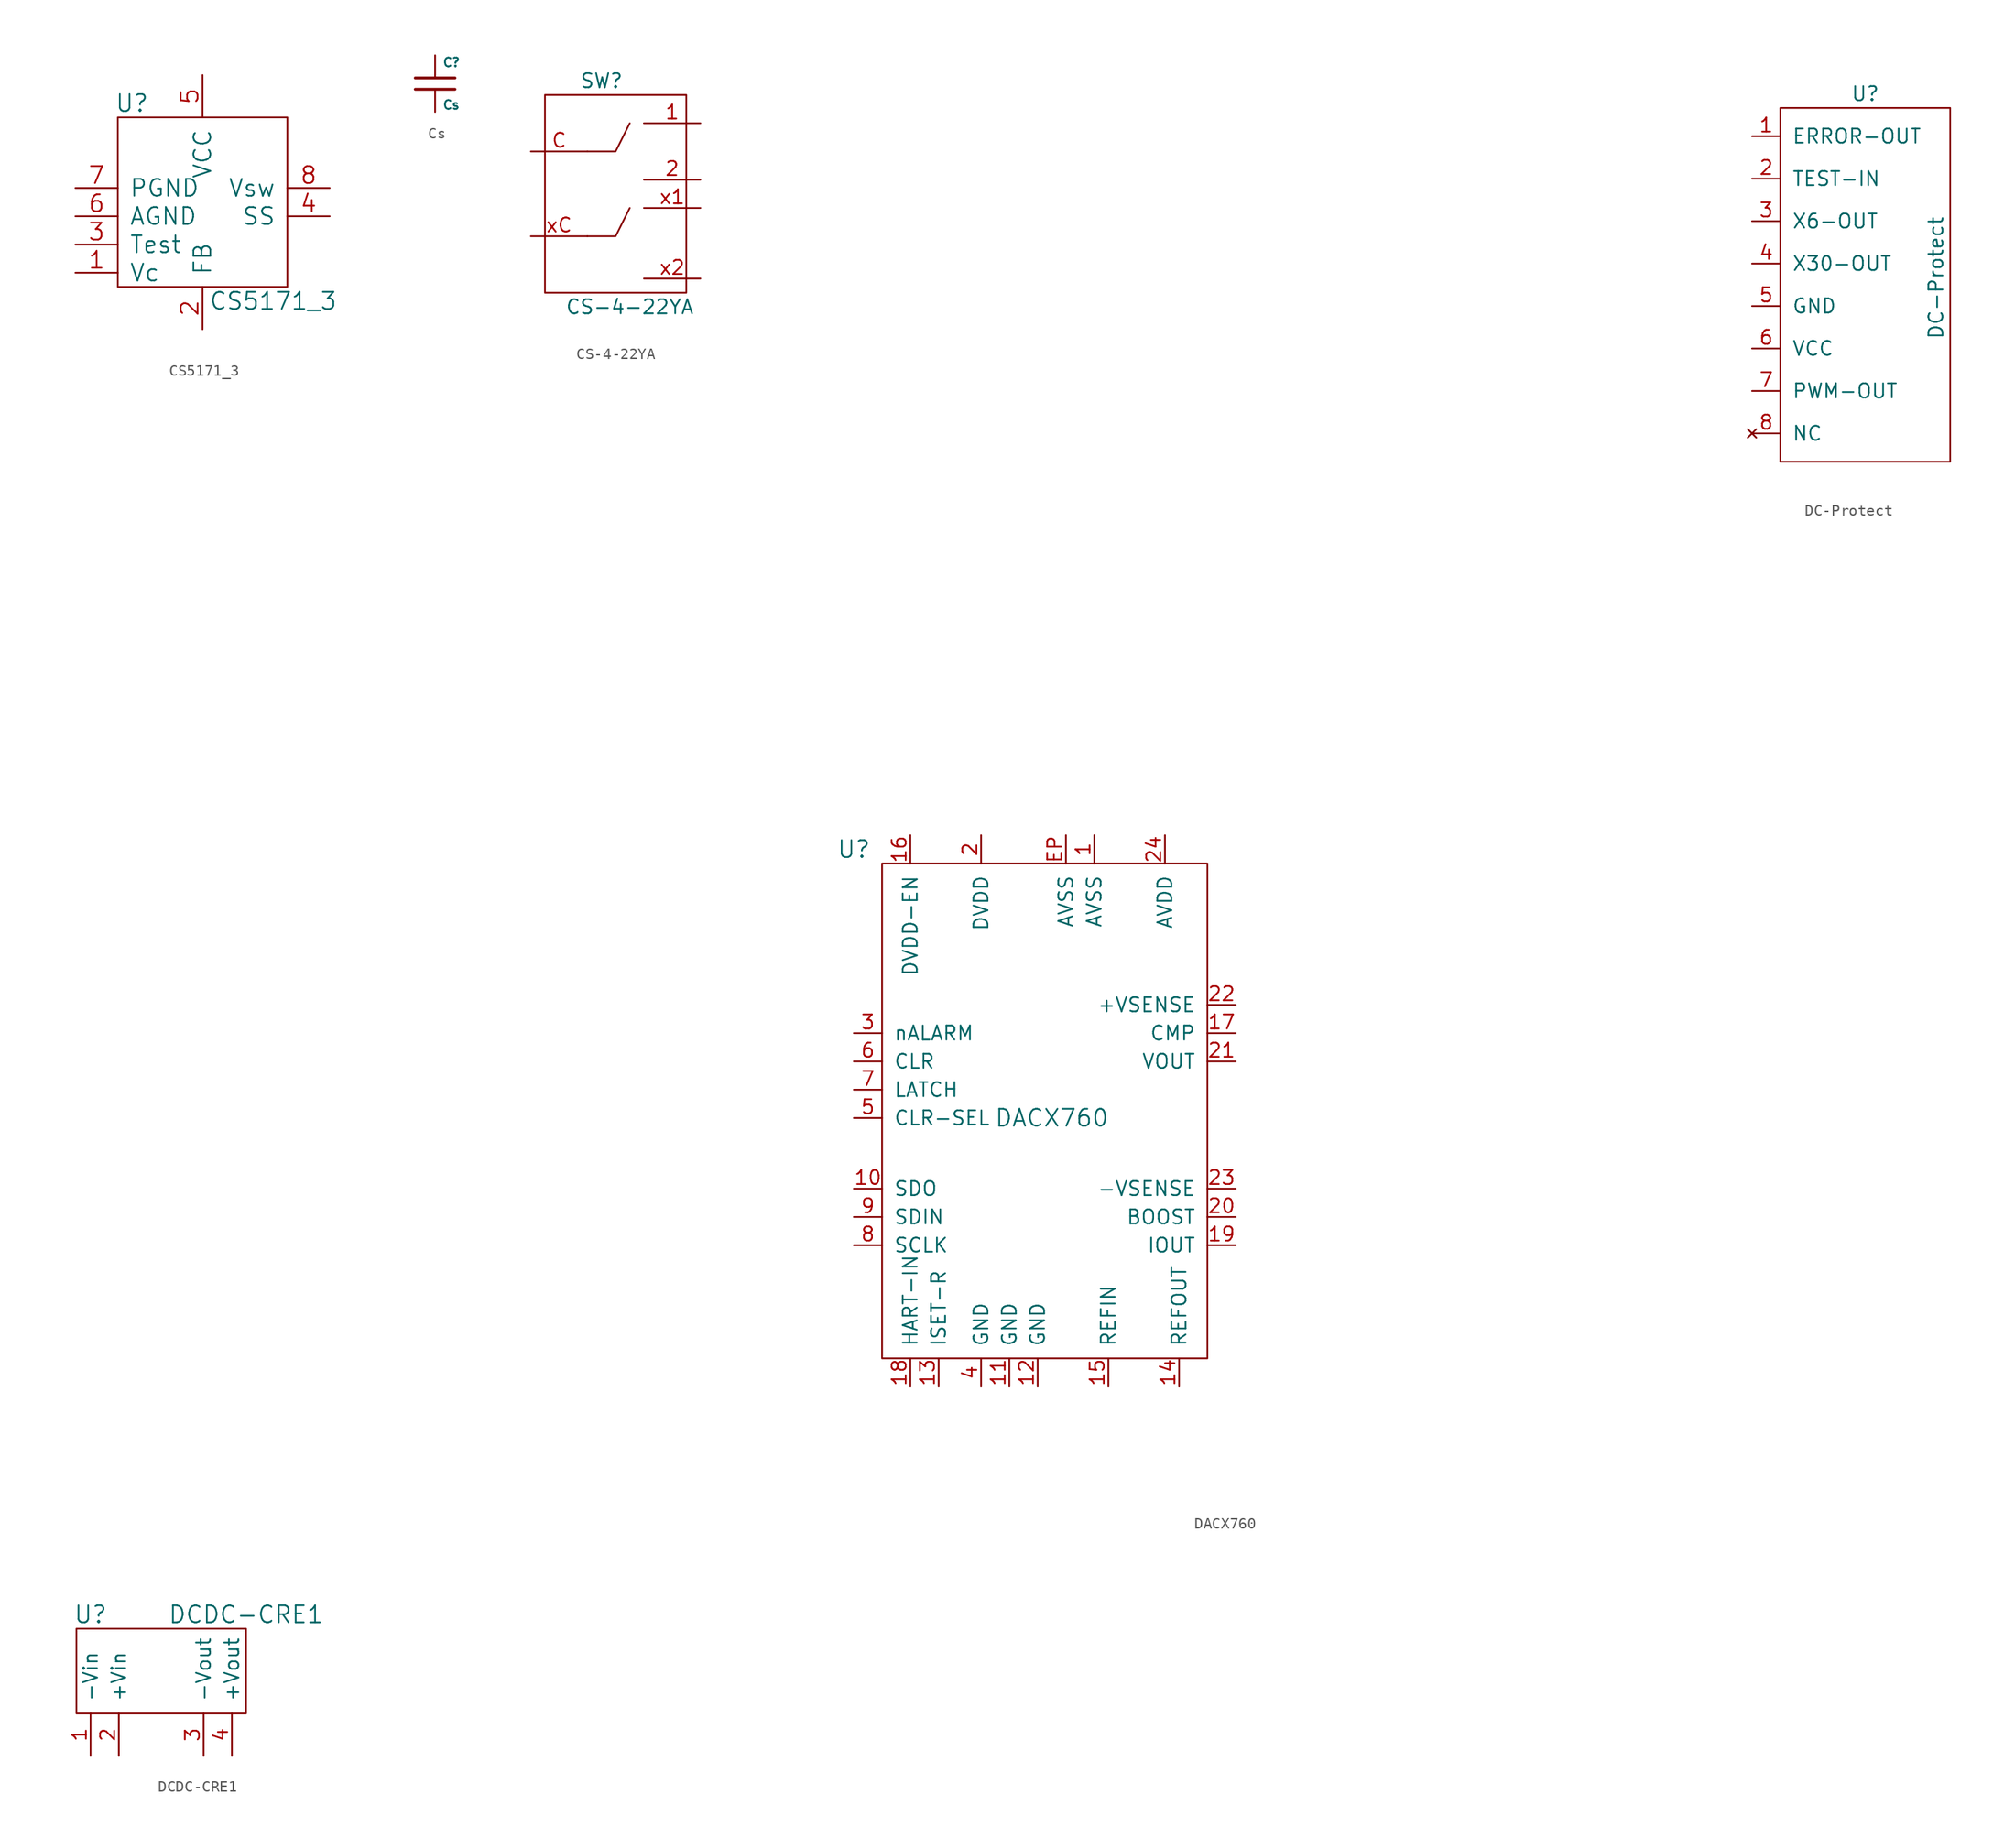
<source format=kicad_sym>
(kicad_symbol_lib
  (version 20211014)
  (generator kicad_symbol_editor)
  (symbol "CS5171_3"
    (pin_names
      (offset 1.016))
    (property "Reference" "U"
      (at -6.35 8.89 0)
      (effects (font (size 1.524 1.524))))
    (property "Value" "CS5171_3"
      (at 6.35 -8.89 0)
      (effects (font (size 1.524 1.524))))
    (property "Footprint" ""
      (at 0 1.27 0)
      (effects (font (size 1.524 1.524))))
    (property "Datasheet" ""
      (at 0 1.27 0)
      (effects (font (size 1.524 1.524))))
    (symbol "CS5171_3_0_1"
      (rectangle (start -7.62 7.62) (end 7.62 -7.62) (stroke (width 0) (type default) (color 0 0 0 0)) (fill (type none))))
    (symbol "CS5171_3_1_1"
      (pin passive line (at -11.43 -6.35 0) (length 3.81) (name "Vc" (effects (font (size 1.524 1.524)))) (number "1" (effects (font (size 1.524 1.524)))))
      (pin passive line (at 0 -11.43 90) (length 3.81) (name "FB" (effects (font (size 1.524 1.524)))) (number "2" (effects (font (size 1.524 1.524)))))
      (pin passive line (at -11.43 -3.81 0) (length 3.81) (name "Test" (effects (font (size 1.524 1.524)))) (number "3" (effects (font (size 1.524 1.524)))))
      (pin passive line (at 11.43 -1.27 180) (length 3.81) (name "SS" (effects (font (size 1.524 1.524)))) (number "4" (effects (font (size 1.524 1.524)))))
      (pin passive line (at 0 11.43 270) (length 3.81) (name "VCC" (effects (font (size 1.524 1.524)))) (number "5" (effects (font (size 1.524 1.524)))))
      (pin passive line (at -11.43 -1.27 0) (length 3.81) (name "AGND" (effects (font (size 1.524 1.524)))) (number "6" (effects (font (size 1.524 1.524)))))
      (pin passive line (at -11.43 1.27 0) (length 3.81) (name "PGND" (effects (font (size 1.524 1.524)))) (number "7" (effects (font (size 1.524 1.524)))))
      (pin passive line (at 11.43 1.27 180) (length 3.81) (name "Vsw" (effects (font (size 1.524 1.524)))) (number "8" (effects (font (size 1.524 1.524)))))))
  (symbol "Cs"
    (pin_numbers hide)
    (pin_names
      (offset 0.254))
    (property "Reference" "C"
      (at 0.635 1.905 0)
      (effects (font (size 0.787 0.787)) (justify left)))
    (property "Value" "Cs"
      (at 0.635 -1.905 0)
      (effects (font (size 0.787 0.787)) (justify left)))
    (property "Footprint" ""
      (at 0 0 0)
      (effects (font (size 1.524 1.524))))
    (property "Datasheet" ""
      (at 0 0 0)
      (effects (font (size 1.524 1.524))))
    (symbol "Cs_0_1"
      (polyline (pts (xy -1.778 -0.508) (xy 1.778 -0.508)) (stroke (width 0.254) (type default) (color 0 0 0 0)) (fill (type none)))
      (polyline (pts (xy -1.778 0.508) (xy 1.778 0.508)) (stroke (width 0.254) (type default) (color 0 0 0 0)) (fill (type none))))
    (symbol "Cs_1_1"
      (pin passive line (at 0 2.54 270) (length 2.007) (name "~" (effects (font (size 1.016 1.016)))) (number "1" (effects (font (size 1.016 1.016)))))
      (pin passive line (at 0 -2.54 90) (length 2.007) (name "~" (effects (font (size 1.016 1.016)))) (number "2" (effects (font (size 1.016 1.016)))))))
  (symbol "CS-4-22YA"
    (pin_names
      (offset 1.016))
    (property "Reference" "SW"
      (at -1.27 10.16 0)
      (effects (font (size 1.27 1.27))))
    (property "Value" "CS-4-22YA"
      (at 1.27 -10.16 0)
      (effects (font (size 1.27 1.27))))
    (symbol "CS-4-22YA_0_1"
      (rectangle (start -6.35 8.89) (end 6.35 -8.89) (stroke (width 0) (type default) (color 0 0 0 0)) (fill (type none)))
      (polyline (pts (xy -2.54 -3.81) (xy 0 -3.81) (xy 1.27 -1.27)) (stroke (width 0) (type default) (color 0 0 0 0)) (fill (type none)))
      (polyline (pts (xy -2.54 3.81) (xy 0 3.81) (xy 1.27 6.35)) (stroke (width 0) (type default) (color 0 0 0 0)) (fill (type none))))
    (symbol "CS-4-22YA_1_1"
      (pin input line (at 7.62 6.35 180) (length 5.08) (name "~" (effects (font (size 1.27 1.27)))) (number "1" (effects (font (size 1.27 1.27)))))
      (pin input line (at 7.62 1.27 180) (length 5.08) (name "~" (effects (font (size 1.27 1.27)))) (number "2" (effects (font (size 1.27 1.27)))))
      (pin input line (at -7.62 3.81 0) (length 5.08) (name "~" (effects (font (size 1.27 1.27)))) (number "C" (effects (font (size 1.27 1.27)))))
      (pin input line (at 7.62 -1.27 180) (length 5.08) (name "~" (effects (font (size 1.27 1.27)))) (number "x1" (effects (font (size 1.27 1.27)))))
      (pin input line (at 7.62 -7.62 180) (length 5.08) (name "~" (effects (font (size 1.27 1.27)))) (number "x2" (effects (font (size 1.27 1.27)))))
      (pin input line (at -7.62 -3.81 0) (length 5.08) (name "~" (effects (font (size 1.27 1.27)))) (number "xC" (effects (font (size 1.27 1.27)))))))
  (symbol "DACX760"
    (pin_names
      (offset 1.016))
    (property "Reference" "U"
      (at -17.78 24.13 0)
      (effects (font (size 1.524 1.524))))
    (property "Value" "DACX760"
      (at 0 0 0)
      (effects (font (size 1.524 1.524))))
    (property "Footprint" ""
      (at 49.53 85.09 0)
      (effects (font (size 1.524 1.524))))
    (property "Datasheet" ""
      (at 49.53 85.09 0)
      (effects (font (size 1.524 1.524))))
    (symbol "DACX760_0_1"
      (rectangle (start -15.24 22.86) (end 13.97 -21.59) (stroke (width 0) (type default) (color 0 0 0 0)) (fill (type none))))
    (symbol "DACX760_1_1"
      (pin input line (at 3.81 25.4 270) (length 2.54) (name "AVSS" (effects (font (size 1.27 1.27)))) (number "1" (effects (font (size 1.27 1.27)))))
      (pin input line (at -17.78 -6.35 0) (length 2.54) (name "SDO" (effects (font (size 1.27 1.27)))) (number "10" (effects (font (size 1.27 1.27)))))
      (pin input line (at -3.81 -24.13 90) (length 2.54) (name "GND" (effects (font (size 1.27 1.27)))) (number "11" (effects (font (size 1.27 1.27)))))
      (pin input line (at -1.27 -24.13 90) (length 2.54) (name "GND" (effects (font (size 1.27 1.27)))) (number "12" (effects (font (size 1.27 1.27)))))
      (pin input line (at -10.16 -24.13 90) (length 2.54) (name "ISET-R" (effects (font (size 1.27 1.27)))) (number "13" (effects (font (size 1.27 1.27)))))
      (pin input line (at 11.43 -24.13 90) (length 2.54) (name "REFOUT" (effects (font (size 1.27 1.27)))) (number "14" (effects (font (size 1.27 1.27)))))
      (pin input line (at 5.08 -24.13 90) (length 2.54) (name "REFIN" (effects (font (size 1.27 1.27)))) (number "15" (effects (font (size 1.27 1.27)))))
      (pin input line (at -12.7 25.4 270) (length 2.54) (name "DVDD-EN" (effects (font (size 1.27 1.27)))) (number "16" (effects (font (size 1.27 1.27)))))
      (pin input line (at 16.51 7.62 180) (length 2.54) (name "CMP" (effects (font (size 1.27 1.27)))) (number "17" (effects (font (size 1.27 1.27)))))
      (pin input line (at -12.7 -24.13 90) (length 2.54) (name "HART-IN" (effects (font (size 1.27 1.27)))) (number "18" (effects (font (size 1.27 1.27)))))
      (pin input line (at 16.51 -11.43 180) (length 2.54) (name "IOUT" (effects (font (size 1.27 1.27)))) (number "19" (effects (font (size 1.27 1.27)))))
      (pin input line (at -6.35 25.4 270) (length 2.54) (name "DVDD" (effects (font (size 1.27 1.27)))) (number "2" (effects (font (size 1.27 1.27)))))
      (pin input line (at 16.51 -8.89 180) (length 2.54) (name "BOOST" (effects (font (size 1.27 1.27)))) (number "20" (effects (font (size 1.27 1.27)))))
      (pin input line (at 16.51 5.08 180) (length 2.54) (name "VOUT" (effects (font (size 1.27 1.27)))) (number "21" (effects (font (size 1.27 1.27)))))
      (pin input line (at 16.51 10.16 180) (length 2.54) (name "+VSENSE" (effects (font (size 1.27 1.27)))) (number "22" (effects (font (size 1.27 1.27)))))
      (pin input line (at 16.51 -6.35 180) (length 2.54) (name "-VSENSE" (effects (font (size 1.27 1.27)))) (number "23" (effects (font (size 1.27 1.27)))))
      (pin input line (at 10.16 25.4 270) (length 2.54) (name "AVDD" (effects (font (size 1.27 1.27)))) (number "24" (effects (font (size 1.27 1.27)))))
      (pin input line (at -17.78 7.62 0) (length 2.54) (name "nALARM" (effects (font (size 1.27 1.27)))) (number "3" (effects (font (size 1.27 1.27)))))
      (pin input line (at -6.35 -24.13 90) (length 2.54) (name "GND" (effects (font (size 1.27 1.27)))) (number "4" (effects (font (size 1.27 1.27)))))
      (pin input line (at -17.78 0 0) (length 2.54) (name "CLR-SEL" (effects (font (size 1.27 1.27)))) (number "5" (effects (font (size 1.27 1.27)))))
      (pin input line (at -17.78 5.08 0) (length 2.54) (name "CLR" (effects (font (size 1.27 1.27)))) (number "6" (effects (font (size 1.27 1.27)))))
      (pin input line (at -17.78 2.54 0) (length 2.54) (name "LATCH" (effects (font (size 1.27 1.27)))) (number "7" (effects (font (size 1.27 1.27)))))
      (pin input line (at -17.78 -11.43 0) (length 2.54) (name "SCLK" (effects (font (size 1.27 1.27)))) (number "8" (effects (font (size 1.27 1.27)))))
      (pin input line (at -17.78 -8.89 0) (length 2.54) (name "SDIN" (effects (font (size 1.27 1.27)))) (number "9" (effects (font (size 1.27 1.27)))))
      (pin passive line (at 1.27 25.4 270) (length 2.54) (name "AVSS" (effects (font (size 1.27 1.27)))) (number "EP" (effects (font (size 1.27 1.27)))))))
  (symbol "DC-Protect"
    (pin_names
      (offset 1.016))
    (property "Reference" "U"
      (at 0 16.51 0)
      (effects (font (size 1.27 1.27))))
    (property "Value" "DC-Protect"
      (at 6.35 0 90)
      (effects (font (size 1.27 1.27))))
    (symbol "DC-Protect_0_1"
      (rectangle (start -7.62 15.24) (end 7.62 -16.51) (stroke (width 0) (type default) (color 0 0 0 0)) (fill (type none))))
    (symbol "DC-Protect_1_1"
      (pin input line (at -10.16 12.7 0) (length 2.54) (name "ERROR-OUT" (effects (font (size 1.27 1.27)))) (number "1" (effects (font (size 1.27 1.27)))))
      (pin input line (at -10.16 8.89 0) (length 2.54) (name "TEST-IN" (effects (font (size 1.27 1.27)))) (number "2" (effects (font (size 1.27 1.27)))))
      (pin input line (at -10.16 5.08 0) (length 2.54) (name "X6-OUT" (effects (font (size 1.27 1.27)))) (number "3" (effects (font (size 1.27 1.27)))))
      (pin input line (at -10.16 1.27 0) (length 2.54) (name "X30-OUT" (effects (font (size 1.27 1.27)))) (number "4" (effects (font (size 1.27 1.27)))))
      (pin input line (at -10.16 -2.54 0) (length 2.54) (name "GND" (effects (font (size 1.27 1.27)))) (number "5" (effects (font (size 1.27 1.27)))))
      (pin input line (at -10.16 -6.35 0) (length 2.54) (name "VCC" (effects (font (size 1.27 1.27)))) (number "6" (effects (font (size 1.27 1.27)))))
      (pin input line (at -10.16 -10.16 0) (length 2.54) (name "PWM-OUT" (effects (font (size 1.27 1.27)))) (number "7" (effects (font (size 1.27 1.27)))))
      (pin no_connect line (at -10.16 -13.97 0) (length 2.54) (name "NC" (effects (font (size 1.27 1.27)))) (number "8" (effects (font (size 1.27 1.27)))))))
  (symbol "DCDC-CRE1"
    (pin_names
      (offset 1.016))
    (property "Reference" "U"
      (at -6.35 5.08 0)
      (effects (font (size 1.524 1.524))))
    (property "Value" "DCDC-CRE1"
      (at 7.62 5.08 0)
      (effects (font (size 1.524 1.524))))
    (property "Footprint" ""
      (at 0 0 0)
      (effects (font (size 1.524 1.524))))
    (property "Datasheet" ""
      (at 0 0 0)
      (effects (font (size 1.524 1.524))))
    (symbol "DCDC-CRE1_0_1"
      (rectangle (start -7.62 3.81) (end 7.62 -3.81) (stroke (width 0) (type default) (color 0 0 0 0)) (fill (type none))))
    (symbol "DCDC-CRE1_1_1"
      (pin passive line (at -6.35 -7.62 90) (length 3.81) (name "-Vin" (effects (font (size 1.27 1.27)))) (number "1" (effects (font (size 1.27 1.27)))))
      (pin passive line (at -3.81 -7.62 90) (length 3.81) (name "+Vin" (effects (font (size 1.27 1.27)))) (number "2" (effects (font (size 1.27 1.27)))))
      (pin passive line (at 3.81 -7.62 90) (length 3.81) (name "-Vout" (effects (font (size 1.27 1.27)))) (number "3" (effects (font (size 1.27 1.27)))))
      (pin passive line (at 6.35 -7.62 90) (length 3.81) (name "+Vout" (effects (font (size 1.27 1.27)))) (number "4" (effects (font (size 1.27 1.27))))))))
</source>
